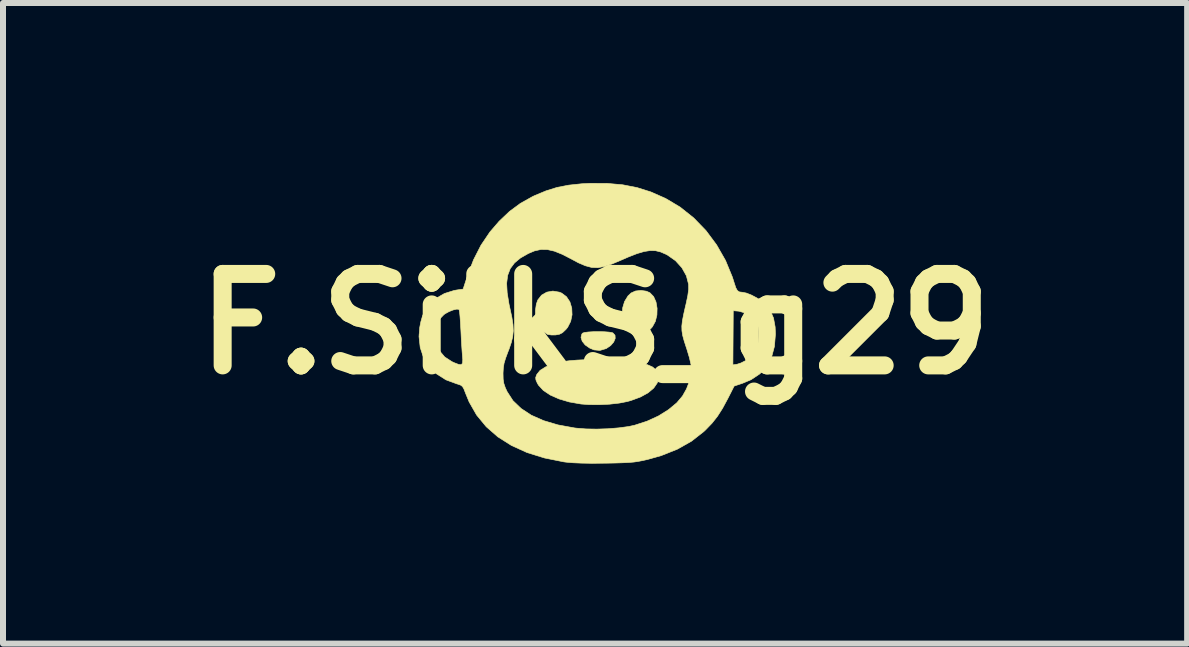
<source format=kicad_pcb>
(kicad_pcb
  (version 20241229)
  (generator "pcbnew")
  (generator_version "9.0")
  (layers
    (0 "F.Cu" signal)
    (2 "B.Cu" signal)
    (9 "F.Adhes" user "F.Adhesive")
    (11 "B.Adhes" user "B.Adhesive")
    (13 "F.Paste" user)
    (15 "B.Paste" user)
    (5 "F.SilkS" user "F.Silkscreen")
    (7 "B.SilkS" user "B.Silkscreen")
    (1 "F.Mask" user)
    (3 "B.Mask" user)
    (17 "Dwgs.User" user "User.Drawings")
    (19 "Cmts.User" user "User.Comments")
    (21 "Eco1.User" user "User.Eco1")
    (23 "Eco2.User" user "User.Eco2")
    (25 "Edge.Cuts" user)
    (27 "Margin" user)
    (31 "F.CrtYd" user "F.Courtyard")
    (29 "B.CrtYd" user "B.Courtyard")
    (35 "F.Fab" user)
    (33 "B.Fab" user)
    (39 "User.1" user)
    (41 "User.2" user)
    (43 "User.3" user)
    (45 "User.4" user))
  (footprint "F.SilkS_g29"
    (layer "F.Cu")
    (at 6.865 2.349)
    (property "Reference" "F.SilkS_g29" (at 0 0 0) (layer "F.SilkS") (effects (font (size 1.524 1.524) (thickness 0.3))))
    (attr through_hole)
    (fp_poly (pts (xy 0.155 0.129) (xy 0.233 0.135) (xy 0.286 0.144) (xy 0.298 0.149) (xy 0.333 0.187) (xy 0.336 0.24) (xy 0.311 0.3) (xy 0.261 0.358) (xy 0.191 0.406) (xy 0.183 0.41) (xy 0.081 0.44) (xy -0.017 0.431) (xy -0.089 0.401) (xy -0.165 0.348) (xy -0.214 0.286) (xy -0.234 0.223) (xy -0.22 0.168) (xy -0.207 0.152) (xy -0.175 0.141) (xy -0.112 0.133) (xy -0.028 0.128) (xy 0.064 0.127) (xy 0.155 0.129)) (stroke (width 0.01) (type solid)) (fill yes) (layer "F.SilkS"))
    (fp_poly (pts (xy 0.855 -0.547) (xy 0.914 -0.521) (xy 0.976 -0.457) (xy 1.016 -0.367) (xy 1.034 -0.261) (xy 1.031 -0.15) (xy 1.005 -0.044) (xy 0.956 0.046) (xy 0.929 0.077) (xy 0.857 0.121) (xy 0.766 0.143) (xy 0.673 0.142) (xy 0.594 0.116) (xy 0.59 0.114) (xy 0.519 0.045) (xy 0.474 -0.048) (xy 0.454 -0.156) (xy 0.46 -0.268) (xy 0.492 -0.375) (xy 0.549 -0.468) (xy 0.601 -0.517) (xy 0.674 -0.55) (xy 0.765 -0.56) (xy 0.855 -0.547)) (stroke (width 0.01) (type solid)) (fill yes) (layer "F.SilkS"))
    (fp_poly (pts (xy -0.596 -0.531) (xy -0.556 -0.515) (xy -0.476 -0.455) (xy -0.419 -0.369) (xy -0.388 -0.265) (xy -0.383 -0.154) (xy -0.406 -0.044) (xy -0.457 0.056) (xy -0.485 0.09) (xy -0.542 0.144) (xy -0.595 0.171) (xy -0.657 0.182) (xy -0.725 0.183) (xy -0.781 0.175) (xy -0.794 0.171) (xy -0.852 0.131) (xy -0.913 0.068) (xy -0.96 -0.001) (xy -0.972 -0.028) (xy -0.992 -0.119) (xy -0.993 -0.228) (xy -0.978 -0.332) (xy -0.954 -0.4) (xy -0.891 -0.481) (xy -0.804 -0.531) (xy -0.703 -0.549) (xy -0.596 -0.531)) (stroke (width 0.01) (type solid)) (fill yes) (layer "F.SilkS"))
    (fp_poly (pts (xy 0.188 0.592) (xy 0.345 0.596) (xy 0.482 0.604) (xy 0.572 0.613) (xy 0.738 0.642) (xy 0.865 0.675) (xy 0.958 0.716) (xy 1.018 0.766) (xy 1.051 0.828) (xy 1.058 0.888) (xy 1.038 0.98) (xy 0.978 1.067) (xy 0.883 1.147) (xy 0.755 1.217) (xy 0.597 1.275) (xy 0.535 1.292) (xy 0.401 1.318) (xy 0.241 1.336) (xy 0.07 1.344) (xy -0.097 1.343) (xy -0.233 1.333) (xy -0.428 1.299) (xy -0.6 1.248) (xy -0.747 1.183) (xy -0.862 1.106) (xy -0.942 1.019) (xy -0.961 0.987) (xy -0.985 0.932) (xy -0.989 0.893) (xy -0.974 0.849) (xy -0.967 0.836) (xy -0.915 0.772) (xy -0.822 0.714) (xy -0.693 0.665) (xy -0.53 0.626) (xy -0.529 0.625) (xy -0.429 0.612) (xy -0.297 0.601) (xy -0.143 0.594) (xy 0.022 0.591) (xy 0.188 0.592)) (stroke (width 0.01) (type solid)) (fill yes) (layer "F.SilkS"))
    (fp_poly (pts (xy 0.202 -2.343) (xy 0.461 -2.32) (xy 0.701 -2.273) (xy 0.932 -2.2) (xy 1.163 -2.098) (xy 1.173 -2.094) (xy 1.418 -1.948) (xy 1.645 -1.767) (xy 1.849 -1.556) (xy 2.026 -1.318) (xy 2.174 -1.059) (xy 2.288 -0.783) (xy 2.32 -0.682) (xy 2.346 -0.603) (xy 2.372 -0.557) (xy 2.405 -0.535) (xy 2.454 -0.529) (xy 2.455 -0.529) (xy 2.521 -0.516) (xy 2.605 -0.483) (xy 2.696 -0.435) (xy 2.78 -0.379) (xy 2.842 -0.326) (xy 2.921 -0.222) (xy 2.974 -0.099) (xy 3.001 0.049) (xy 3.006 0.168) (xy 2.989 0.374) (xy 2.941 0.553) (xy 2.859 0.705) (xy 2.746 0.83) (xy 2.599 0.928) (xy 2.458 0.987) (xy 2.318 1.034) (xy 2.212 1.243) (xy 2.124 1.406) (xy 2.039 1.539) (xy 1.948 1.654) (xy 1.843 1.763) (xy 1.811 1.793) (xy 1.605 1.954) (xy 1.369 2.087) (xy 1.102 2.193) (xy 0.875 2.257) (xy 0.795 2.275) (xy 0.722 2.289) (xy 0.648 2.3) (xy 0.565 2.307) (xy 0.464 2.312) (xy 0.339 2.316) (xy 0.18 2.319) (xy 0.159 2.319) (xy -0.053 2.321) (xy -0.227 2.318) (xy -0.368 2.312) (xy -0.481 2.302) (xy -0.52 2.297) (xy -0.843 2.232) (xy -1.135 2.141) (xy -1.394 2.023) (xy -1.62 1.88) (xy -1.813 1.711) (xy -1.973 1.517) (xy -2.098 1.298) (xy -2.158 1.152) (xy -2.185 1.082) (xy -2.209 1.041) (xy -2.24 1.018) (xy -2.289 1.001) (xy -2.301 0.998) (xy -2.485 0.93) (xy -2.64 0.831) (xy -2.645 0.827) (xy -1.533 0.827) (xy -1.531 0.919) (xy -1.52 0.99) (xy -1.496 1.06) (xy -1.465 1.127) (xy -1.368 1.277) (xy -1.233 1.407) (xy -1.063 1.519) (xy -0.857 1.61) (xy -0.618 1.681) (xy -0.345 1.731) (xy -0.313 1.735) (xy -0.152 1.748) (xy 0.029 1.751) (xy 0.216 1.745) (xy 0.398 1.73) (xy 0.561 1.708) (xy 0.661 1.686) (xy 0.867 1.619) (xy 1.057 1.532) (xy 1.225 1.427) (xy 1.364 1.311) (xy 1.458 1.199) (xy 1.523 1.084) (xy 1.573 0.955) (xy 1.603 0.83) (xy 1.609 0.76) (xy 1.6 0.681) (xy 2.297 0.681) (xy 2.368 0.67) (xy 2.43 0.65) (xy 2.501 0.614) (xy 2.525 0.599) (xy 2.621 0.517) (xy 2.683 0.425) (xy 2.717 0.311) (xy 2.726 0.213) (xy 2.727 0.123) (xy 2.721 0.06) (xy 2.704 0.009) (xy 2.683 -0.032) (xy 2.611 -0.117) (xy 2.513 -0.18) (xy 2.402 -0.213) (xy 2.384 -0.215) (xy 2.303 -0.222) (xy 2.3 0.229) (xy 2.297 0.681) (xy 1.6 0.681) (xy 1.599 0.676) (xy 1.572 0.559) (xy 1.528 0.413) (xy 1.522 0.396) (xy 1.486 0.285) (xy 1.461 0.194) (xy 1.448 0.114) (xy 1.446 0.035) (xy 1.456 -0.055) (xy 1.477 -0.163) (xy 1.508 -0.301) (xy 1.515 -0.328) (xy 1.545 -0.469) (xy 1.56 -0.578) (xy 1.559 -0.658) (xy 1.559 -0.66) (xy 1.522 -0.804) (xy 1.447 -0.938) (xy 1.341 -1.055) (xy 1.207 -1.149) (xy 1.18 -1.163) (xy 1.092 -1.201) (xy 1.007 -1.222) (xy 0.918 -1.224) (xy 0.817 -1.208) (xy 0.698 -1.173) (xy 0.555 -1.117) (xy 0.438 -1.066) (xy 0.284 -1.001) (xy 0.156 -0.959) (xy 0.046 -0.939) (xy -0.057 -0.943) (xy -0.162 -0.971) (xy -0.279 -1.021) (xy -0.385 -1.078) (xy -0.543 -1.16) (xy -0.677 -1.214) (xy -0.795 -1.241) (xy -0.903 -1.242) (xy -1.01 -1.218) (xy -1.11 -1.176) (xy -1.242 -1.101) (xy -1.342 -1.018) (xy -1.413 -0.923) (xy -1.456 -0.811) (xy -1.473 -0.678) (xy -1.464 -0.519) (xy -1.433 -0.329) (xy -1.419 -0.265) (xy -1.386 -0.112) (xy -1.367 0.01) (xy -1.362 0.115) (xy -1.372 0.211) (xy -1.396 0.31) (xy -1.435 0.424) (xy -1.452 0.466) (xy -1.491 0.571) (xy -1.516 0.654) (xy -1.528 0.73) (xy -1.533 0.814) (xy -1.533 0.827) (xy -2.645 0.827) (xy -2.765 0.707) (xy -2.857 0.56) (xy -2.913 0.392) (xy -2.933 0.209) (xy -2.931 0.18) (xy -2.654 0.18) (xy -2.638 0.328) (xy -2.589 0.45) (xy -2.505 0.549) (xy -2.385 0.627) (xy -2.349 0.644) (xy -2.274 0.673) (xy -2.229 0.678) (xy -2.208 0.653) (xy -2.204 0.595) (xy -2.209 0.534) (xy -2.215 0.46) (xy -2.222 0.355) (xy -2.229 0.234) (xy -2.235 0.108) (xy -2.237 0.079) (xy -2.243 -0.032) (xy -2.25 -0.127) (xy -2.257 -0.199) (xy -2.265 -0.239) (xy -2.268 -0.245) (xy -2.305 -0.248) (xy -2.365 -0.234) (xy -2.433 -0.207) (xy -2.495 -0.173) (xy -2.519 -0.156) (xy -2.589 -0.083) (xy -2.631 -0.00026) (xy -2.651 0.104) (xy -2.654 0.18) (xy -2.931 0.18) (xy -2.921 0.056) (xy -2.903 -0.036) (xy -2.877 -0.127) (xy -2.853 -0.189) (xy -2.768 -0.318) (xy -2.652 -0.426) (xy -2.51 -0.508) (xy -2.352 -0.558) (xy -2.31 -0.566) (xy -2.198 -0.582) (xy -2.129 -0.794) (xy -2.025 -1.069) (xy -1.901 -1.312) (xy -1.752 -1.533) (xy -1.598 -1.712) (xy -1.425 -1.876) (xy -1.244 -2.01) (xy -1.04 -2.124) (xy -1.006 -2.14) (xy -0.819 -2.218) (xy -0.634 -2.276) (xy -0.439 -2.314) (xy -0.221 -2.337) (xy -0.084 -2.344) (xy 0.202 -2.343)) (stroke (width 0.01) (type solid)) (fill yes) (layer "F.SilkS")))
  (gr_rect
    (start -3 -3)
    (end 16.731 7.674)
    (stroke (width 0.1) (type default))
    (fill no)
    (layer "Edge.Cuts")))
</source>
